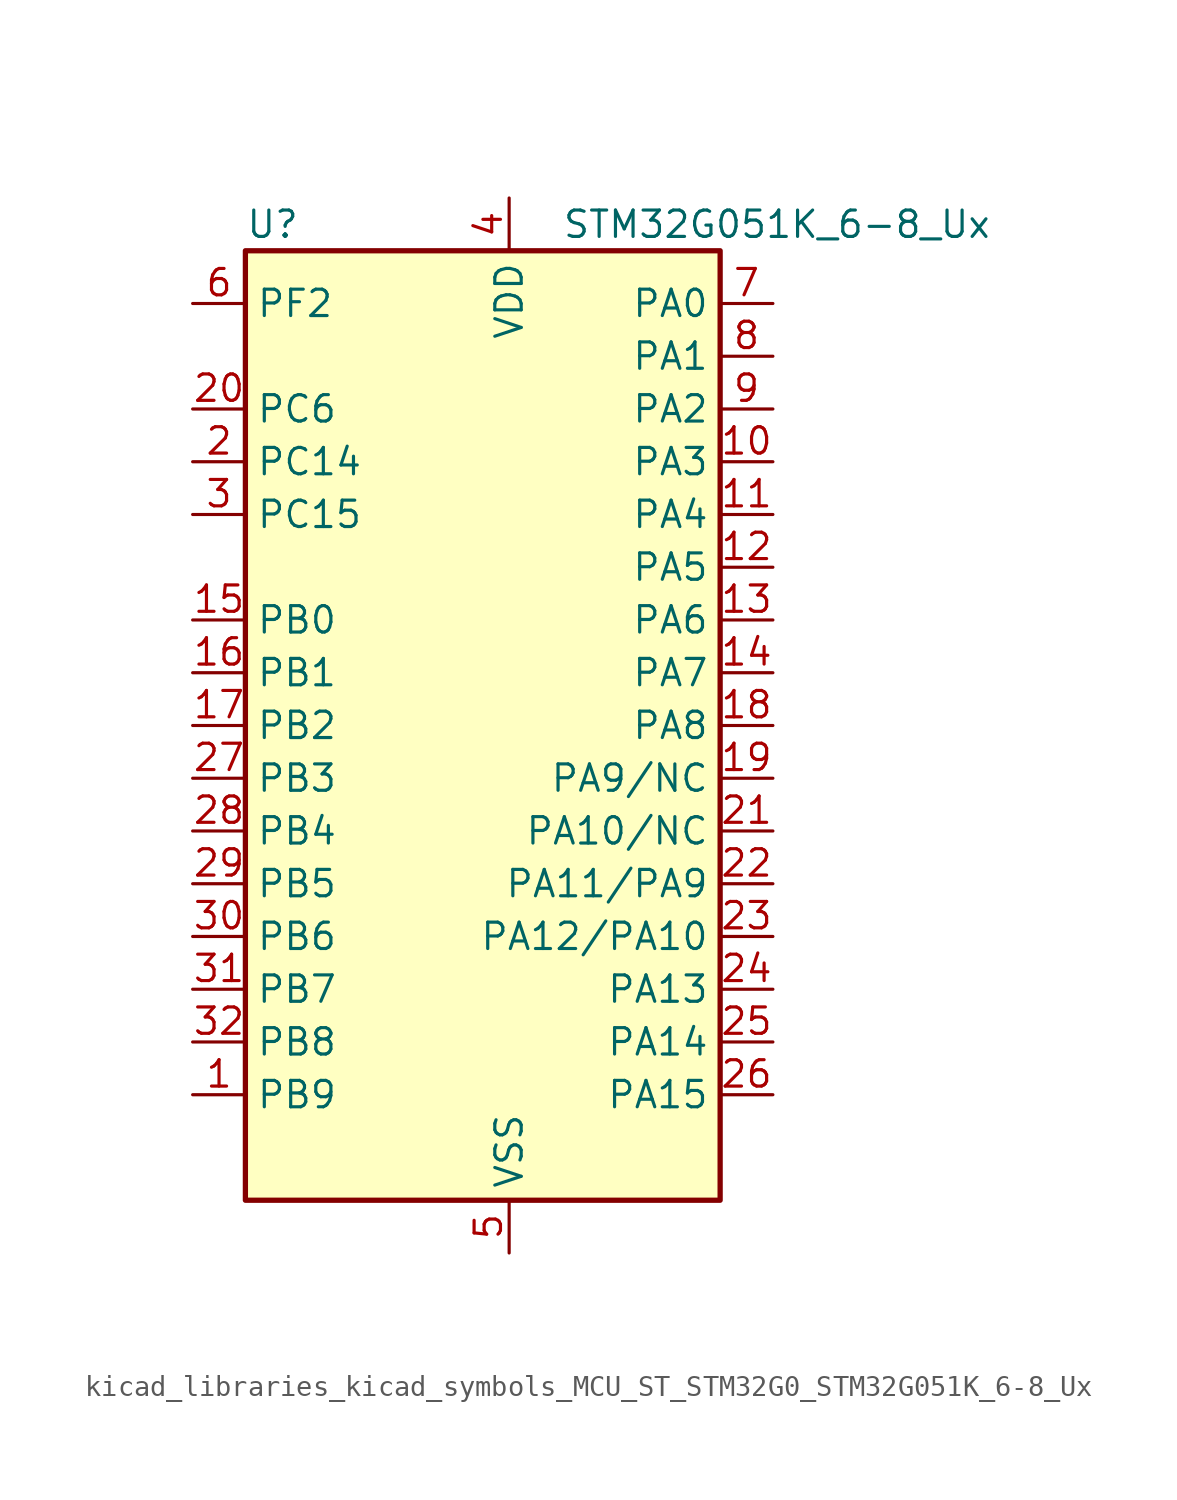
<source format=kicad_sym>
(kicad_symbol_lib
  (version 20220914)
  (generator kicad_symbol_editor)
  (symbol "kicad_libraries_kicad_symbols_MCU_ST_STM32G0_STM32G051K_6-8_Ux"
    (property "Reference" "U"
      (at -10.16 24.13 0)
      (effects (font (size 1.27 1.27)) (justify left)))
    (property "Value" "STM32G051K_6-8_Ux"
      (at 5.08 24.13 0)
      (effects (font (size 1.27 1.27)) (justify left)))
    (property "ki_locked" ""
      (at 0 0 0)
      (effects (font (size 1.27 1.27))))
    (symbol "kicad_libraries_kicad_symbols_MCU_ST_STM32G0_STM32G051K_6-8_Ux_0_1"
      (rectangle (start -10.16 -22.86) (end 12.7 22.86) (stroke (width 0.254) (type default)) (fill (type background))))
    (symbol "kicad_libraries_kicad_symbols_MCU_ST_STM32G0_STM32G051K_6-8_Ux_1_1"
      (pin bidirectional line (at -12.7 -17.78 0) (length 2.54) (name "PB9" (effects (font (size 1.27 1.27)))) (number "1" (effects (font (size 1.27 1.27)))) (alternate "DAC1_EXTI9" bidirectional line) (alternate "I2C1_SDA" bidirectional line) (alternate "IR_OUT" bidirectional line) (alternate "SPI2_NSS" bidirectional line) (alternate "TIM17_CH1" bidirectional line))
      (pin bidirectional line (at 15.24 12.7 180) (length 2.54) (name "PA3" (effects (font (size 1.27 1.27)))) (number "10" (effects (font (size 1.27 1.27)))) (alternate "ADC1_IN3" bidirectional line) (alternate "COMP2_INP" bidirectional line) (alternate "LPUART1_RX" bidirectional line) (alternate "SPI2_MISO" bidirectional line) (alternate "TIM15_CH2" bidirectional line) (alternate "TIM2_CH4" bidirectional line) (alternate "USART2_RX" bidirectional line))
      (pin bidirectional line (at 15.24 10.16 180) (length 2.54) (name "PA4" (effects (font (size 1.27 1.27)))) (number "11" (effects (font (size 1.27 1.27)))) (alternate "ADC1_IN4" bidirectional line) (alternate "DAC1_OUT1" bidirectional line) (alternate "I2S1_WS" bidirectional line) (alternate "LPTIM2_OUT" bidirectional line) (alternate "RTC_OUT1" bidirectional line) (alternate "RTC_TAMP_IN1" bidirectional line) (alternate "RTC_TS" bidirectional line) (alternate "SPI1_NSS" bidirectional line) (alternate "SPI2_MOSI" bidirectional line) (alternate "SYS_WKUP2" bidirectional line) (alternate "TIM14_CH1" bidirectional line))
      (pin bidirectional line (at 15.24 7.62 180) (length 2.54) (name "PA5" (effects (font (size 1.27 1.27)))) (number "12" (effects (font (size 1.27 1.27)))) (alternate "ADC1_IN5" bidirectional line) (alternate "DAC1_OUT2" bidirectional line) (alternate "I2S1_CK" bidirectional line) (alternate "LPTIM2_ETR" bidirectional line) (alternate "SPI1_SCK" bidirectional line) (alternate "TIM2_CH1" bidirectional line) (alternate "TIM2_ETR" bidirectional line))
      (pin bidirectional line (at 15.24 5.08 180) (length 2.54) (name "PA6" (effects (font (size 1.27 1.27)))) (number "13" (effects (font (size 1.27 1.27)))) (alternate "ADC1_IN6" bidirectional line) (alternate "COMP1_OUT" bidirectional line) (alternate "I2S1_MCK" bidirectional line) (alternate "LPUART1_CTS" bidirectional line) (alternate "SPI1_MISO" bidirectional line) (alternate "TIM16_CH1" bidirectional line) (alternate "TIM1_BK" bidirectional line) (alternate "TIM3_CH1" bidirectional line))
      (pin bidirectional line (at 15.24 2.54 180) (length 2.54) (name "PA7" (effects (font (size 1.27 1.27)))) (number "14" (effects (font (size 1.27 1.27)))) (alternate "ADC1_IN7" bidirectional line) (alternate "COMP2_OUT" bidirectional line) (alternate "I2S1_SD" bidirectional line) (alternate "SPI1_MOSI" bidirectional line) (alternate "TIM14_CH1" bidirectional line) (alternate "TIM17_CH1" bidirectional line) (alternate "TIM1_CH1N" bidirectional line) (alternate "TIM3_CH2" bidirectional line))
      (pin bidirectional line (at -12.7 5.08 0) (length 2.54) (name "PB0" (effects (font (size 1.27 1.27)))) (number "15" (effects (font (size 1.27 1.27)))) (alternate "ADC1_IN8" bidirectional line) (alternate "COMP1_OUT" bidirectional line) (alternate "I2S1_WS" bidirectional line) (alternate "LPTIM1_OUT" bidirectional line) (alternate "SPI1_NSS" bidirectional line) (alternate "TIM1_CH2N" bidirectional line) (alternate "TIM3_CH3" bidirectional line))
      (pin bidirectional line (at -12.7 2.54 0) (length 2.54) (name "PB1" (effects (font (size 1.27 1.27)))) (number "16" (effects (font (size 1.27 1.27)))) (alternate "ADC1_IN9" bidirectional line) (alternate "COMP1_INM" bidirectional line) (alternate "LPTIM2_IN1" bidirectional line) (alternate "LPUART1_DE" bidirectional line) (alternate "LPUART1_RTS" bidirectional line) (alternate "TIM14_CH1" bidirectional line) (alternate "TIM1_CH3N" bidirectional line) (alternate "TIM3_CH4" bidirectional line))
      (pin bidirectional line (at -12.7 0 0) (length 2.54) (name "PB2" (effects (font (size 1.27 1.27)))) (number "17" (effects (font (size 1.27 1.27)))) (alternate "ADC1_IN10" bidirectional line) (alternate "COMP1_INP" bidirectional line) (alternate "LPTIM1_OUT" bidirectional line) (alternate "SPI2_MISO" bidirectional line))
      (pin bidirectional line (at 15.24 0 180) (length 2.54) (name "PA8" (effects (font (size 1.27 1.27)))) (number "18" (effects (font (size 1.27 1.27)))) (alternate "LPTIM2_OUT" bidirectional line) (alternate "RCC_MCO" bidirectional line) (alternate "SPI2_NSS" bidirectional line) (alternate "TIM1_CH1" bidirectional line))
      (pin bidirectional line (at 15.24 -2.54 180) (length 2.54) (name "PA9/NC" (effects (font (size 1.27 1.27)))) (number "19" (effects (font (size 1.27 1.27)))) (alternate "DAC1_EXTI9" bidirectional line) (alternate "I2C1_SCL" bidirectional line) (alternate "RCC_MCO" bidirectional line) (alternate "SPI2_MISO" bidirectional line) (alternate "TIM15_BK" bidirectional line) (alternate "TIM1_CH2" bidirectional line) (alternate "USART1_TX" bidirectional line))
      (pin bidirectional line (at -12.7 12.7 0) (length 2.54) (name "PC14" (effects (font (size 1.27 1.27)))) (number "2" (effects (font (size 1.27 1.27)))) (alternate "RCC_OSC32_IN" bidirectional line) (alternate "RCC_OSC_IN" bidirectional line) (alternate "TIM1_BK2" bidirectional line))
      (pin bidirectional line (at -12.7 15.24 0) (length 2.54) (name "PC6" (effects (font (size 1.27 1.27)))) (number "20" (effects (font (size 1.27 1.27)))) (alternate "TIM2_CH3" bidirectional line) (alternate "TIM3_CH1" bidirectional line))
      (pin bidirectional line (at 15.24 -5.08 180) (length 2.54) (name "PA10/NC" (effects (font (size 1.27 1.27)))) (number "21" (effects (font (size 1.27 1.27)))) (alternate "I2C1_SDA" bidirectional line) (alternate "SPI2_MOSI" bidirectional line) (alternate "TIM17_BK" bidirectional line) (alternate "TIM1_CH3" bidirectional line) (alternate "USART1_RX" bidirectional line))
      (pin bidirectional line (at 15.24 -7.62 180) (length 2.54) (name "PA11/PA9" (effects (font (size 1.27 1.27)))) (number "22" (effects (font (size 1.27 1.27)))) (alternate "ADC1_EXTI11" bidirectional line) (alternate "ADC1_IN15" bidirectional line) (alternate "COMP1_OUT" bidirectional line) (alternate "I2C2_SCL" bidirectional line) (alternate "I2S1_MCK" bidirectional line) (alternate "SPI1_MISO" bidirectional line) (alternate "TIM1_BK2" bidirectional line) (alternate "TIM1_CH4" bidirectional line) (alternate "USART1_CTS" bidirectional line) (alternate "USART1_NSS" bidirectional line))
      (pin bidirectional line (at 15.24 -10.16 180) (length 2.54) (name "PA12/PA10" (effects (font (size 1.27 1.27)))) (number "23" (effects (font (size 1.27 1.27)))) (alternate "ADC1_IN16" bidirectional line) (alternate "COMP2_OUT" bidirectional line) (alternate "I2C2_SDA" bidirectional line) (alternate "I2S1_SD" bidirectional line) (alternate "I2S_CKIN" bidirectional line) (alternate "SPI1_MOSI" bidirectional line) (alternate "TIM1_ETR" bidirectional line) (alternate "USART1_CK" bidirectional line) (alternate "USART1_DE" bidirectional line) (alternate "USART1_RTS" bidirectional line))
      (pin bidirectional line (at 15.24 -12.7 180) (length 2.54) (name "PA13" (effects (font (size 1.27 1.27)))) (number "24" (effects (font (size 1.27 1.27)))) (alternate "ADC1_IN17" bidirectional line) (alternate "IR_OUT" bidirectional line) (alternate "SYS_SWDIO" bidirectional line))
      (pin bidirectional line (at 15.24 -15.24 180) (length 2.54) (name "PA14" (effects (font (size 1.27 1.27)))) (number "25" (effects (font (size 1.27 1.27)))) (alternate "ADC1_IN18" bidirectional line) (alternate "SYS_SWCLK" bidirectional line) (alternate "USART2_TX" bidirectional line))
      (pin bidirectional line (at 15.24 -17.78 180) (length 2.54) (name "PA15" (effects (font (size 1.27 1.27)))) (number "26" (effects (font (size 1.27 1.27)))) (alternate "I2S1_WS" bidirectional line) (alternate "SPI1_NSS" bidirectional line) (alternate "TIM2_CH1" bidirectional line) (alternate "TIM2_ETR" bidirectional line) (alternate "USART2_RX" bidirectional line))
      (pin bidirectional line (at -12.7 -2.54 0) (length 2.54) (name "PB3" (effects (font (size 1.27 1.27)))) (number "27" (effects (font (size 1.27 1.27)))) (alternate "COMP2_INM" bidirectional line) (alternate "I2S1_CK" bidirectional line) (alternate "SPI1_SCK" bidirectional line) (alternate "TIM1_CH2" bidirectional line) (alternate "TIM2_CH2" bidirectional line) (alternate "USART1_CK" bidirectional line) (alternate "USART1_DE" bidirectional line) (alternate "USART1_RTS" bidirectional line))
      (pin bidirectional line (at -12.7 -5.08 0) (length 2.54) (name "PB4" (effects (font (size 1.27 1.27)))) (number "28" (effects (font (size 1.27 1.27)))) (alternate "COMP2_INP" bidirectional line) (alternate "I2S1_MCK" bidirectional line) (alternate "SPI1_MISO" bidirectional line) (alternate "TIM17_BK" bidirectional line) (alternate "TIM3_CH1" bidirectional line) (alternate "USART1_CTS" bidirectional line) (alternate "USART1_NSS" bidirectional line))
      (pin bidirectional line (at -12.7 -7.62 0) (length 2.54) (name "PB5" (effects (font (size 1.27 1.27)))) (number "29" (effects (font (size 1.27 1.27)))) (alternate "COMP2_OUT" bidirectional line) (alternate "I2C1_SMBA" bidirectional line) (alternate "I2S1_SD" bidirectional line) (alternate "LPTIM1_IN1" bidirectional line) (alternate "SPI1_MOSI" bidirectional line) (alternate "SYS_WKUP6" bidirectional line) (alternate "TIM16_BK" bidirectional line) (alternate "TIM3_CH2" bidirectional line))
      (pin bidirectional line (at -12.7 10.16 0) (length 2.54) (name "PC15" (effects (font (size 1.27 1.27)))) (number "3" (effects (font (size 1.27 1.27)))) (alternate "RCC_OSC32_EN" bidirectional line) (alternate "RCC_OSC32_OUT" bidirectional line) (alternate "RCC_OSC_EN" bidirectional line) (alternate "TIM15_BK" bidirectional line))
      (pin bidirectional line (at -12.7 -10.16 0) (length 2.54) (name "PB6" (effects (font (size 1.27 1.27)))) (number "30" (effects (font (size 1.27 1.27)))) (alternate "COMP2_INP" bidirectional line) (alternate "I2C1_SCL" bidirectional line) (alternate "LPTIM1_ETR" bidirectional line) (alternate "SPI2_MISO" bidirectional line) (alternate "TIM16_CH1N" bidirectional line) (alternate "TIM1_CH3" bidirectional line) (alternate "USART1_TX" bidirectional line))
      (pin bidirectional line (at -12.7 -12.7 0) (length 2.54) (name "PB7" (effects (font (size 1.27 1.27)))) (number "31" (effects (font (size 1.27 1.27)))) (alternate "ADC1_IN11" bidirectional line) (alternate "COMP2_INM" bidirectional line) (alternate "I2C1_SDA" bidirectional line) (alternate "LPTIM1_IN2" bidirectional line) (alternate "SPI2_MOSI" bidirectional line) (alternate "SYS_PVD_IN" bidirectional line) (alternate "TIM17_CH1N" bidirectional line) (alternate "USART1_RX" bidirectional line))
      (pin bidirectional line (at -12.7 -15.24 0) (length 2.54) (name "PB8" (effects (font (size 1.27 1.27)))) (number "32" (effects (font (size 1.27 1.27)))) (alternate "I2C1_SCL" bidirectional line) (alternate "SPI2_SCK" bidirectional line) (alternate "TIM15_BK" bidirectional line) (alternate "TIM16_CH1" bidirectional line))
      (pin passive line (at 2.54 -25.4 90) (length 2.54) hide (name "VSS" (effects (font (size 1.27 1.27)))) (number "33" (effects (font (size 1.27 1.27)))))
      (pin power_in line (at 2.54 25.4 270) (length 2.54) (name "VDD" (effects (font (size 1.27 1.27)))) (number "4" (effects (font (size 1.27 1.27)))))
      (pin power_in line (at 2.54 -25.4 90) (length 2.54) (name "VSS" (effects (font (size 1.27 1.27)))) (number "5" (effects (font (size 1.27 1.27)))))
      (pin bidirectional line (at -12.7 20.32 0) (length 2.54) (name "PF2" (effects (font (size 1.27 1.27)))) (number "6" (effects (font (size 1.27 1.27)))) (alternate "RCC_MCO" bidirectional line))
      (pin bidirectional line (at 15.24 20.32 180) (length 2.54) (name "PA0" (effects (font (size 1.27 1.27)))) (number "7" (effects (font (size 1.27 1.27)))) (alternate "ADC1_IN0" bidirectional line) (alternate "COMP1_INM" bidirectional line) (alternate "COMP1_OUT" bidirectional line) (alternate "LPTIM1_OUT" bidirectional line) (alternate "RTC_TAMP_IN2" bidirectional line) (alternate "SPI2_SCK" bidirectional line) (alternate "SYS_WKUP1" bidirectional line) (alternate "TIM2_CH1" bidirectional line) (alternate "TIM2_ETR" bidirectional line) (alternate "USART2_CTS" bidirectional line) (alternate "USART2_NSS" bidirectional line))
      (pin bidirectional line (at 15.24 17.78 180) (length 2.54) (name "PA1" (effects (font (size 1.27 1.27)))) (number "8" (effects (font (size 1.27 1.27)))) (alternate "ADC1_IN1" bidirectional line) (alternate "COMP1_INP" bidirectional line) (alternate "I2C1_SMBA" bidirectional line) (alternate "I2S1_CK" bidirectional line) (alternate "SPI1_SCK" bidirectional line) (alternate "TIM15_CH1N" bidirectional line) (alternate "TIM2_CH2" bidirectional line) (alternate "USART2_CK" bidirectional line) (alternate "USART2_DE" bidirectional line) (alternate "USART2_RTS" bidirectional line))
      (pin bidirectional line (at 15.24 15.24 180) (length 2.54) (name "PA2" (effects (font (size 1.27 1.27)))) (number "9" (effects (font (size 1.27 1.27)))) (alternate "ADC1_IN2" bidirectional line) (alternate "COMP2_INM" bidirectional line) (alternate "COMP2_OUT" bidirectional line) (alternate "I2S1_SD" bidirectional line) (alternate "LPUART1_TX" bidirectional line) (alternate "RCC_LSCO" bidirectional line) (alternate "SPI1_MOSI" bidirectional line) (alternate "SYS_WKUP4" bidirectional line) (alternate "TIM15_CH1" bidirectional line) (alternate "TIM2_CH3" bidirectional line) (alternate "USART2_TX" bidirectional line)))))
</source>
